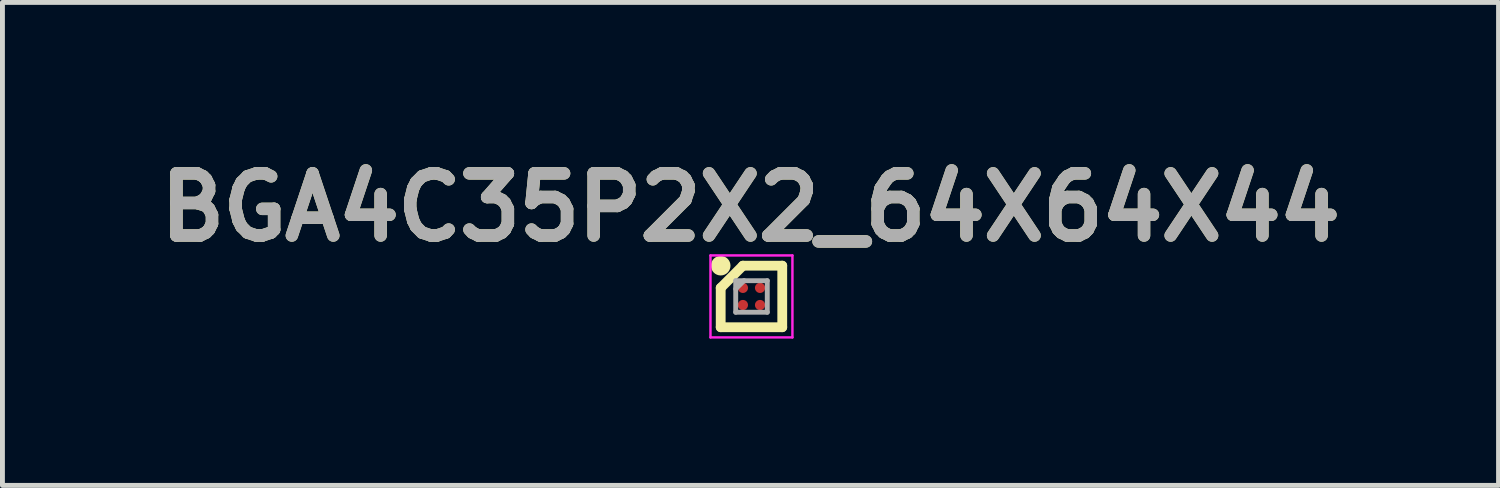
<source format=kicad_pcb>
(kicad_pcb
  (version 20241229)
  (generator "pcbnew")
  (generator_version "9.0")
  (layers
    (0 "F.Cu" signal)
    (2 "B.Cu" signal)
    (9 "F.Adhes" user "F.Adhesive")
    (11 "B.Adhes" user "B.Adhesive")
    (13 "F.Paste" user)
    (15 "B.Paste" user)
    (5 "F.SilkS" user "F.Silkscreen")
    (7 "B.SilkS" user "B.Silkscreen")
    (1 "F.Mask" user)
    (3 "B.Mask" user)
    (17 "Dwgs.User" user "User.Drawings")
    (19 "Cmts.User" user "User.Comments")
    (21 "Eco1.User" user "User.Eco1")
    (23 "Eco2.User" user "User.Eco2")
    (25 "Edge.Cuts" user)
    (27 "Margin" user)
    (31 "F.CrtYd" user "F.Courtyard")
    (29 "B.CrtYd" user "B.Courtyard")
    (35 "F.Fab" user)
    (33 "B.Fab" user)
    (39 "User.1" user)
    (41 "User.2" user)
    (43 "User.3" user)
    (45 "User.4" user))
  (footprint "BGA4C35P2X2_64X64X44"
    (layer "F.Cu")
    (at 12.309 3.009)
    (property "Reference" "BGA4C35P2X2_64X64X44" (at -0.02 -1.82 0) (layer "F.SilkS") (effects (font (size 1.27 1.27) (thickness 0.254))))
    (attr smd)
    (fp_line (start -0.629 -0.175) (end -0.175 -0.629) (stroke (width 0.2) (type solid)) (layer "F.SilkS"))
    (fp_line (start -0.629 0.629) (end -0.629 -0.175) (stroke (width 0.2) (type solid)) (layer "F.SilkS"))
    (fp_line (start -0.175 -0.629) (end 0.629 -0.629) (stroke (width 0.2) (type solid)) (layer "F.SilkS"))
    (fp_line (start 0.629 -0.629) (end 0.629 0.629) (stroke (width 0.2) (type solid)) (layer "F.SilkS"))
    (fp_line (start 0.629 0.629) (end -0.629 0.629) (stroke (width 0.2) (type solid)) (layer "F.SilkS"))
    (fp_circle (center -0.629 -0.629) (end -0.629 -0.529) (stroke (width 0.2) (type solid)) (fill no) (layer "F.SilkS"))
    (fp_line (start -0.838 -0.838) (end 0.837 -0.838) (stroke (width 0.05) (type solid)) (layer "F.CrtYd"))
    (fp_line (start -0.838 0.837) (end -0.838 -0.838) (stroke (width 0.05) (type solid)) (layer "F.CrtYd"))
    (fp_line (start 0.837 -0.838) (end 0.837 0.837) (stroke (width 0.05) (type solid)) (layer "F.CrtYd"))
    (fp_line (start 0.837 0.837) (end -0.838 0.837) (stroke (width 0.05) (type solid)) (layer "F.CrtYd"))
    (fp_line (start -0.322 -0.322) (end 0.323 -0.322) (stroke (width 0.1) (type solid)) (layer "F.Fab"))
    (fp_line (start -0.322 -0.154) (end -0.153 -0.323) (stroke (width 0.1) (type solid)) (layer "F.Fab"))
    (fp_line (start -0.322 0.323) (end -0.322 -0.322) (stroke (width 0.1) (type solid)) (layer "F.Fab"))
    (fp_line (start 0.323 -0.322) (end 0.323 0.323) (stroke (width 0.1) (type solid)) (layer "F.Fab"))
    (fp_line (start 0.323 0.323) (end -0.322 0.323) (stroke (width 0.1) (type solid)) (layer "F.Fab"))
    (fp_text user "${REFERENCE}" (at -0.02 -1.82 0) (layer "F.Fab") (effects (font (size 1.27 1.27) (thickness 0.254))))
    (pad "A1" smd circle (at -0.175 -0.175 90) (size 0.208 0.208) (layers "F.Cu" "F.Mask" "F.Paste"))
    (pad "A2" smd circle (at 0.175 -0.175 90) (size 0.208 0.208) (layers "F.Cu" "F.Mask" "F.Paste"))
    (pad "B1" smd circle (at -0.175 0.175 90) (size 0.208 0.208) (layers "F.Cu" "F.Mask" "F.Paste"))
    (pad "B2" smd circle (at 0.175 0.175 90) (size 0.208 0.208) (layers "F.Cu" "F.Mask" "F.Paste")))
  (gr_rect
    (start -3 -3)
    (end 27.578 6.871)
    (stroke (width 0.1) (type default))
    (fill no)
    (layer "Edge.Cuts")))
</source>
